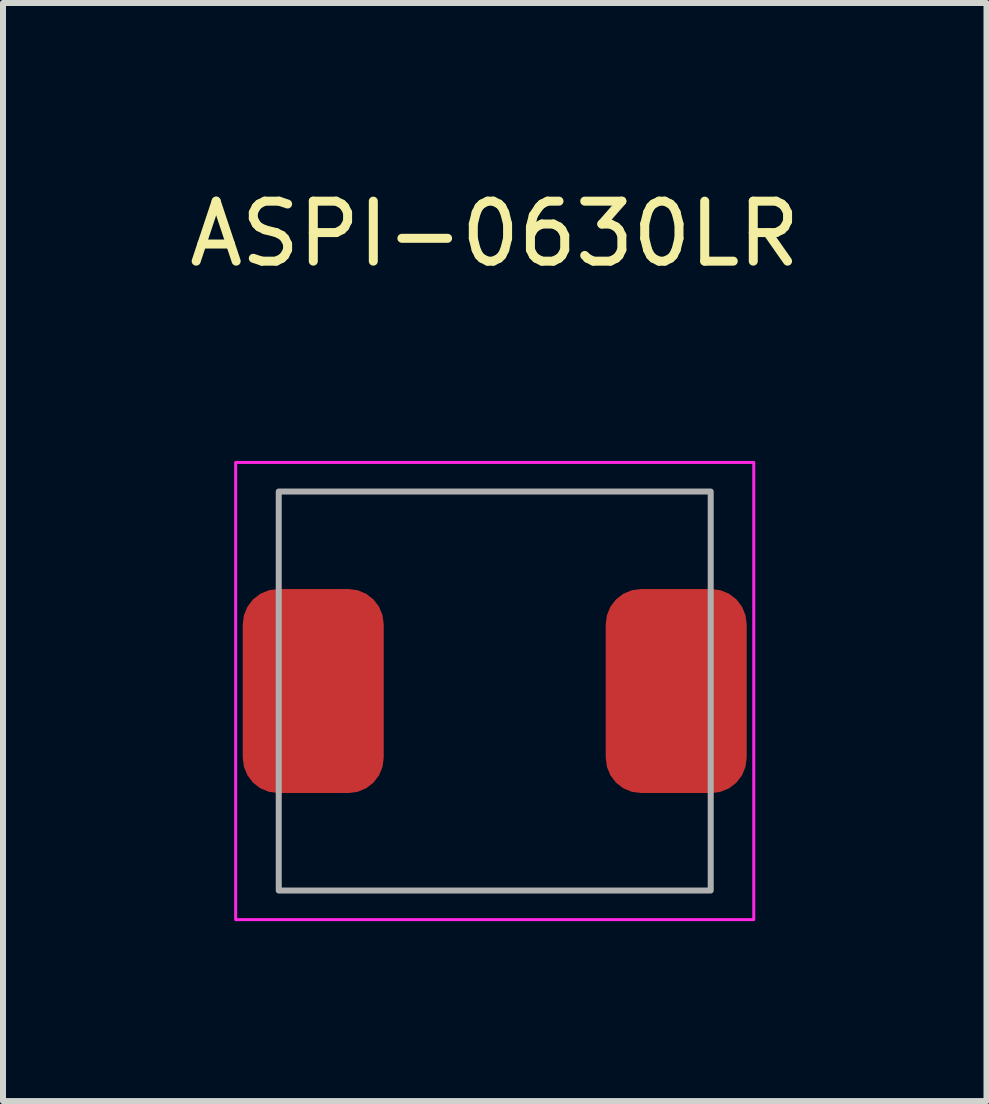
<source format=kicad_pcb>
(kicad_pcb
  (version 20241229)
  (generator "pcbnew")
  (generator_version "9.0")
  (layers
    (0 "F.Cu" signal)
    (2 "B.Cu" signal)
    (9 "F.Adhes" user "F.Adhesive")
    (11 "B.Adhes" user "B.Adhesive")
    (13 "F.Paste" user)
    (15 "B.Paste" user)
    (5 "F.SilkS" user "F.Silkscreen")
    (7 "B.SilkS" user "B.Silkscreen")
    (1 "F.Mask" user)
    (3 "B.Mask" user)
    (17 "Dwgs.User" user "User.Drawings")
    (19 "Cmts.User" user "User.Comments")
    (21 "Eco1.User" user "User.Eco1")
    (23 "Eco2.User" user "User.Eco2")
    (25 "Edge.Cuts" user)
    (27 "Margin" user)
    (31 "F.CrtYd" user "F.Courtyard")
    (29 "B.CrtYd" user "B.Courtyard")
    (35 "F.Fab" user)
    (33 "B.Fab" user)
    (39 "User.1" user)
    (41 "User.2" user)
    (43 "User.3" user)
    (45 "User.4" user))
  (footprint "ASPI-0630LR"
    (layer "F.Cu")
    (at 5.196 8.468)
    (property "Reference" "ASPI-0630LR" (at 0 -7.62 0) (unlocked yes) (layer "F.SilkS") (effects (font (size 1 1) (thickness 0.15))))
    (attr smd)
    (fp_rect (start -4.318 -3.81) (end 4.318 3.81) (stroke (width 0.05) (type solid)) (fill no) (layer "F.CrtYd"))
    (fp_rect (start -3.6 -3.325) (end 3.6 3.325) (stroke (width 0.1) (type solid)) (fill no) (layer "F.Fab"))
    (pad "1" smd roundrect (at -3.025 0) (size 2.35 3.4) (layers "F.Cu" "F.Mask" "F.Paste") (roundrect_rratio 0.25))
    (pad "2" smd roundrect (at 3.025 0) (size 2.35 3.4) (layers "F.Cu" "F.Mask" "F.Paste") (roundrect_rratio 0.25)))
  (gr_rect
    (start -3 -3)
    (end 13.393 15.303)
    (stroke (width 0.1) (type default))
    (fill no)
    (layer "Edge.Cuts")))
</source>
